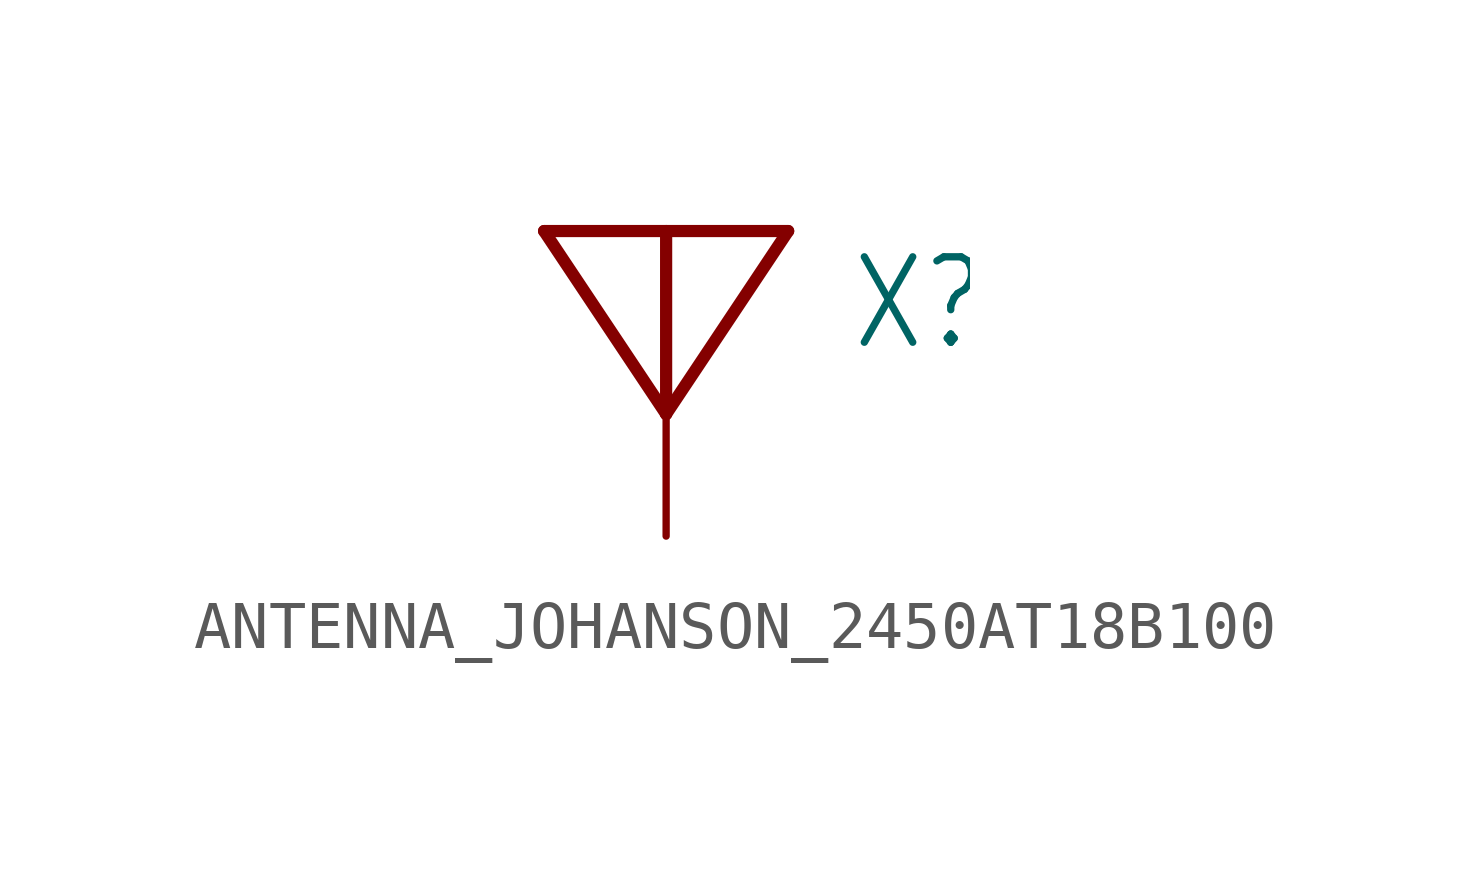
<source format=kicad_sym>
(kicad_symbol_lib
  (version 20231120)
  (generator "kicad_symbol_editor")
  (generator_version "8.0")
  (symbol "ANTENNA_JOHANSON_2450AT18B100"
    (property "Reference" "X"
      (at 3.81 1.27 0)
      (effects (font (size 1.778 1.511)) (justify left bottom)))
    (property "Value" ""
      (at 3.81 -1.27 0)
      (effects (font (size 1.778 1.511)) (justify left bottom)))
    (property "ki_locked" ""
      (at 0 0 0)
      (effects (font (size 1.27 1.27))))
    (symbol "ANTENNA_JOHANSON_2450AT18B100_1_0"
      (polyline (pts (xy -2.54 3.81) (xy 0 0)) (stroke (width 0.254) (type solid)) (fill (type none)))
      (polyline (pts (xy 0 0) (xy 0 3.81)) (stroke (width 0.254) (type solid)) (fill (type none)))
      (polyline (pts (xy 0 0) (xy 2.54 3.81)) (stroke (width 0.254) (type solid)) (fill (type none)))
      (polyline (pts (xy 0 3.81) (xy -2.54 3.81)) (stroke (width 0.254) (type solid)) (fill (type none)))
      (polyline (pts (xy 2.54 3.81) (xy 0 3.81)) (stroke (width 0.254) (type solid)) (fill (type none)))
      (pin passive line (at 0 -2.54 90) (length 2.54) (name "P$1" (effects (font (size 0 0)))) (number "FP" (effects (font (size 0 0))))))))
</source>
